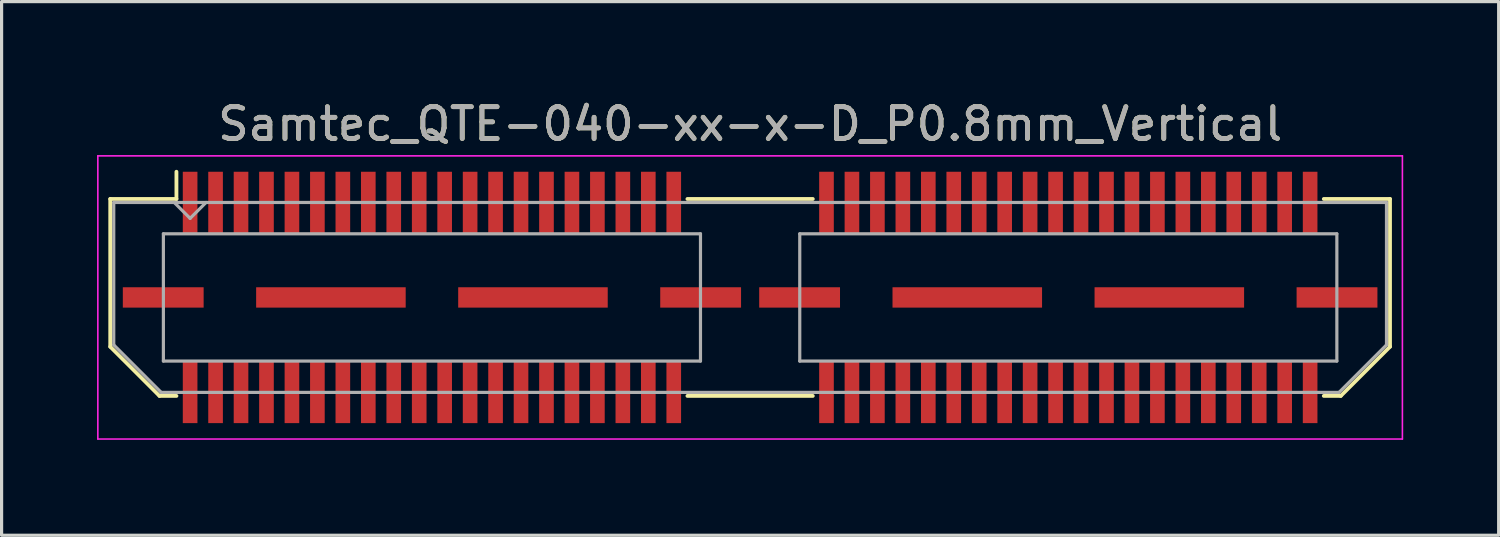
<source format=kicad_pcb>
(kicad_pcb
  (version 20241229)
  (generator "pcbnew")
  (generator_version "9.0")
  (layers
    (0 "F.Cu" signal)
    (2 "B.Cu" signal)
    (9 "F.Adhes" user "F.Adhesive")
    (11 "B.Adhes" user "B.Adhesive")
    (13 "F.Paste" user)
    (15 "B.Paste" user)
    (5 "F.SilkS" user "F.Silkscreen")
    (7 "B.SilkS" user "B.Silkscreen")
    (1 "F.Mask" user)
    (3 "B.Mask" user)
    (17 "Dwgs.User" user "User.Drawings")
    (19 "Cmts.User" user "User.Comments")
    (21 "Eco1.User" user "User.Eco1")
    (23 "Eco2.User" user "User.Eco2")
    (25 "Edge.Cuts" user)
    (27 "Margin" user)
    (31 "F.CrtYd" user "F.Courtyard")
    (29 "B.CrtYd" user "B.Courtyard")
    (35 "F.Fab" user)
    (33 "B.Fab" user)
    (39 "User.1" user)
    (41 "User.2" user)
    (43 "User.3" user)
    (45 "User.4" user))
  (footprint "Samtec_QTE-040-xx-x-D_P0.8mm_Vertical"
    (layer "F.Cu")
    (at 20.525 6.298)
    (property "Reference" "Samtec_QTE-040-xx-x-D_P0.8mm_Vertical" (at 0 -5.45 0) (layer "F.SilkS") (effects (font (size 1 1) (thickness 0.15))))
    (attr smd)
    (fp_line (start -20.11 -3.095) (end -20.11 1.548) (stroke (width 0.12) (type solid)) (layer "F.SilkS"))
    (fp_line (start -20.11 1.548) (end -18.562 3.095) (stroke (width 0.12) (type solid)) (layer "F.SilkS"))
    (fp_line (start -18.562 3.095) (end -18.03 3.095) (stroke (width 0.12) (type solid)) (layer "F.SilkS"))
    (fp_line (start -18.03 -3.95) (end -18.03 -3.095) (stroke (width 0.12) (type solid)) (layer "F.SilkS"))
    (fp_line (start -18.03 -3.095) (end -20.11 -3.095) (stroke (width 0.12) (type solid)) (layer "F.SilkS"))
    (fp_line (start -1.97 -3.095) (end 1.97 -3.095) (stroke (width 0.12) (type solid)) (layer "F.SilkS"))
    (fp_line (start -1.97 3.095) (end 1.97 3.095) (stroke (width 0.12) (type solid)) (layer "F.SilkS"))
    (fp_line (start 18.03 -3.095) (end 20.11 -3.095) (stroke (width 0.12) (type solid)) (layer "F.SilkS"))
    (fp_line (start 18.562 3.095) (end 18.03 3.095) (stroke (width 0.12) (type solid)) (layer "F.SilkS"))
    (fp_line (start 20.11 -3.095) (end 20.11 1.548) (stroke (width 0.12) (type solid)) (layer "F.SilkS"))
    (fp_line (start 20.11 1.548) (end 18.562 3.095) (stroke (width 0.12) (type solid)) (layer "F.SilkS"))
    (fp_line (start -20.5 -4.45) (end -20.5 4.45) (stroke (width 0.05) (type solid)) (layer "F.CrtYd"))
    (fp_line (start -20.5 4.45) (end 20.5 4.45) (stroke (width 0.05) (type solid)) (layer "F.CrtYd"))
    (fp_line (start 20.5 -4.45) (end -20.5 -4.45) (stroke (width 0.05) (type solid)) (layer "F.CrtYd"))
    (fp_line (start 20.5 4.45) (end 20.5 -4.45) (stroke (width 0.05) (type solid)) (layer "F.CrtYd"))
    (fp_line (start -20 -2.985) (end -20 1.492) (stroke (width 0.1) (type solid)) (layer "F.Fab"))
    (fp_line (start -20 -2.985) (end 20 -2.985) (stroke (width 0.1) (type solid)) (layer "F.Fab"))
    (fp_line (start -20 1.492) (end -18.508 2.985) (stroke (width 0.1) (type solid)) (layer "F.Fab"))
    (fp_line (start -18.508 2.985) (end 18.508 2.985) (stroke (width 0.1) (type solid)) (layer "F.Fab"))
    (fp_line (start -18.44 -2) (end -18.44 2) (stroke (width 0.1) (type solid)) (layer "F.Fab"))
    (fp_line (start -18.44 2) (end -1.56 2) (stroke (width 0.1) (type solid)) (layer "F.Fab"))
    (fp_line (start -17.6 -2.485) (end -18.1 -2.985) (stroke (width 0.1) (type solid)) (layer "F.Fab"))
    (fp_line (start -17.1 -2.985) (end -17.6 -2.485) (stroke (width 0.1) (type solid)) (layer "F.Fab"))
    (fp_line (start -1.56 -2) (end -18.44 -2) (stroke (width 0.1) (type solid)) (layer "F.Fab"))
    (fp_line (start -1.56 2) (end -1.56 -2) (stroke (width 0.1) (type solid)) (layer "F.Fab"))
    (fp_line (start 1.56 -2) (end 1.56 2) (stroke (width 0.1) (type solid)) (layer "F.Fab"))
    (fp_line (start 1.56 2) (end 18.44 2) (stroke (width 0.1) (type solid)) (layer "F.Fab"))
    (fp_line (start 18.44 -2) (end 1.56 -2) (stroke (width 0.1) (type solid)) (layer "F.Fab"))
    (fp_line (start 18.44 2) (end 18.44 -2) (stroke (width 0.1) (type solid)) (layer "F.Fab"))
    (fp_line (start 20 -2.985) (end 20 1.492) (stroke (width 0.1) (type solid)) (layer "F.Fab"))
    (fp_line (start 20 1.492) (end 18.508 2.985) (stroke (width 0.1) (type solid)) (layer "F.Fab"))
    (fp_text user "${REFERENCE}" (at 0 -5.45 0) (layer "F.Fab") (effects (font (size 1 1) (thickness 0.15))))
    (pad "1" smd rect (at -17.6 -2.98) (size 0.46 1.94) (layers "F.Cu" "F.Mask" "F.Paste"))
    (pad "2" smd rect (at -17.6 2.98) (size 0.46 1.94) (layers "F.Cu" "F.Mask" "F.Paste"))
    (pad "3" smd rect (at -16.8 -2.98) (size 0.46 1.94) (layers "F.Cu" "F.Mask" "F.Paste"))
    (pad "4" smd rect (at -16.8 2.98) (size 0.46 1.94) (layers "F.Cu" "F.Mask" "F.Paste"))
    (pad "5" smd rect (at -16 -2.98) (size 0.46 1.94) (layers "F.Cu" "F.Mask" "F.Paste"))
    (pad "6" smd rect (at -16 2.98) (size 0.46 1.94) (layers "F.Cu" "F.Mask" "F.Paste"))
    (pad "7" smd rect (at -15.2 -2.98) (size 0.46 1.94) (layers "F.Cu" "F.Mask" "F.Paste"))
    (pad "8" smd rect (at -15.2 2.98) (size 0.46 1.94) (layers "F.Cu" "F.Mask" "F.Paste"))
    (pad "9" smd rect (at -14.4 -2.98) (size 0.46 1.94) (layers "F.Cu" "F.Mask" "F.Paste"))
    (pad "10" smd rect (at -14.4 2.98) (size 0.46 1.94) (layers "F.Cu" "F.Mask" "F.Paste"))
    (pad "11" smd rect (at -13.6 -2.98) (size 0.46 1.94) (layers "F.Cu" "F.Mask" "F.Paste"))
    (pad "12" smd rect (at -13.6 2.98) (size 0.46 1.94) (layers "F.Cu" "F.Mask" "F.Paste"))
    (pad "13" smd rect (at -12.8 -2.98) (size 0.46 1.94) (layers "F.Cu" "F.Mask" "F.Paste"))
    (pad "14" smd rect (at -12.8 2.98) (size 0.46 1.94) (layers "F.Cu" "F.Mask" "F.Paste"))
    (pad "15" smd rect (at -12 -2.98) (size 0.46 1.94) (layers "F.Cu" "F.Mask" "F.Paste"))
    (pad "16" smd rect (at -12 2.98) (size 0.46 1.94) (layers "F.Cu" "F.Mask" "F.Paste"))
    (pad "17" smd rect (at -11.2 -2.98) (size 0.46 1.94) (layers "F.Cu" "F.Mask" "F.Paste"))
    (pad "18" smd rect (at -11.2 2.98) (size 0.46 1.94) (layers "F.Cu" "F.Mask" "F.Paste"))
    (pad "19" smd rect (at -10.4 -2.98) (size 0.46 1.94) (layers "F.Cu" "F.Mask" "F.Paste"))
    (pad "20" smd rect (at -10.4 2.98) (size 0.46 1.94) (layers "F.Cu" "F.Mask" "F.Paste"))
    (pad "21" smd rect (at -9.6 -2.98) (size 0.46 1.94) (layers "F.Cu" "F.Mask" "F.Paste"))
    (pad "22" smd rect (at -9.6 2.98) (size 0.46 1.94) (layers "F.Cu" "F.Mask" "F.Paste"))
    (pad "23" smd rect (at -8.8 -2.98) (size 0.46 1.94) (layers "F.Cu" "F.Mask" "F.Paste"))
    (pad "24" smd rect (at -8.8 2.98) (size 0.46 1.94) (layers "F.Cu" "F.Mask" "F.Paste"))
    (pad "25" smd rect (at -8 -2.98) (size 0.46 1.94) (layers "F.Cu" "F.Mask" "F.Paste"))
    (pad "26" smd rect (at -8 2.98) (size 0.46 1.94) (layers "F.Cu" "F.Mask" "F.Paste"))
    (pad "27" smd rect (at -7.2 -2.98) (size 0.46 1.94) (layers "F.Cu" "F.Mask" "F.Paste"))
    (pad "28" smd rect (at -7.2 2.98) (size 0.46 1.94) (layers "F.Cu" "F.Mask" "F.Paste"))
    (pad "29" smd rect (at -6.4 -2.98) (size 0.46 1.94) (layers "F.Cu" "F.Mask" "F.Paste"))
    (pad "30" smd rect (at -6.4 2.98) (size 0.46 1.94) (layers "F.Cu" "F.Mask" "F.Paste"))
    (pad "31" smd rect (at -5.6 -2.98) (size 0.46 1.94) (layers "F.Cu" "F.Mask" "F.Paste"))
    (pad "32" smd rect (at -5.6 2.98) (size 0.46 1.94) (layers "F.Cu" "F.Mask" "F.Paste"))
    (pad "33" smd rect (at -4.8 -2.98) (size 0.46 1.94) (layers "F.Cu" "F.Mask" "F.Paste"))
    (pad "34" smd rect (at -4.8 2.98) (size 0.46 1.94) (layers "F.Cu" "F.Mask" "F.Paste"))
    (pad "35" smd rect (at -4 -2.98) (size 0.46 1.94) (layers "F.Cu" "F.Mask" "F.Paste"))
    (pad "36" smd rect (at -4 2.98) (size 0.46 1.94) (layers "F.Cu" "F.Mask" "F.Paste"))
    (pad "37" smd rect (at -3.2 -2.98) (size 0.46 1.94) (layers "F.Cu" "F.Mask" "F.Paste"))
    (pad "38" smd rect (at -3.2 2.98) (size 0.46 1.94) (layers "F.Cu" "F.Mask" "F.Paste"))
    (pad "39" smd rect (at -2.4 -2.98) (size 0.46 1.94) (layers "F.Cu" "F.Mask" "F.Paste"))
    (pad "40" smd rect (at -2.4 2.98) (size 0.46 1.94) (layers "F.Cu" "F.Mask" "F.Paste"))
    (pad "41" smd rect (at 2.4 -2.98) (size 0.46 1.94) (layers "F.Cu" "F.Mask" "F.Paste"))
    (pad "42" smd rect (at 2.4 2.98) (size 0.46 1.94) (layers "F.Cu" "F.Mask" "F.Paste"))
    (pad "43" smd rect (at 3.2 -2.98) (size 0.46 1.94) (layers "F.Cu" "F.Mask" "F.Paste"))
    (pad "44" smd rect (at 3.2 2.98) (size 0.46 1.94) (layers "F.Cu" "F.Mask" "F.Paste"))
    (pad "45" smd rect (at 4 -2.98) (size 0.46 1.94) (layers "F.Cu" "F.Mask" "F.Paste"))
    (pad "46" smd rect (at 4 2.98) (size 0.46 1.94) (layers "F.Cu" "F.Mask" "F.Paste"))
    (pad "47" smd rect (at 4.8 -2.98) (size 0.46 1.94) (layers "F.Cu" "F.Mask" "F.Paste"))
    (pad "48" smd rect (at 4.8 2.98) (size 0.46 1.94) (layers "F.Cu" "F.Mask" "F.Paste"))
    (pad "49" smd rect (at 5.6 -2.98) (size 0.46 1.94) (layers "F.Cu" "F.Mask" "F.Paste"))
    (pad "50" smd rect (at 5.6 2.98) (size 0.46 1.94) (layers "F.Cu" "F.Mask" "F.Paste"))
    (pad "51" smd rect (at 6.4 -2.98) (size 0.46 1.94) (layers "F.Cu" "F.Mask" "F.Paste"))
    (pad "52" smd rect (at 6.4 2.98) (size 0.46 1.94) (layers "F.Cu" "F.Mask" "F.Paste"))
    (pad "53" smd rect (at 7.2 -2.98) (size 0.46 1.94) (layers "F.Cu" "F.Mask" "F.Paste"))
    (pad "54" smd rect (at 7.2 2.98) (size 0.46 1.94) (layers "F.Cu" "F.Mask" "F.Paste"))
    (pad "55" smd rect (at 8 -2.98) (size 0.46 1.94) (layers "F.Cu" "F.Mask" "F.Paste"))
    (pad "56" smd rect (at 8 2.98) (size 0.46 1.94) (layers "F.Cu" "F.Mask" "F.Paste"))
    (pad "57" smd rect (at 8.8 -2.98) (size 0.46 1.94) (layers "F.Cu" "F.Mask" "F.Paste"))
    (pad "58" smd rect (at 8.8 2.98) (size 0.46 1.94) (layers "F.Cu" "F.Mask" "F.Paste"))
    (pad "59" smd rect (at 9.6 -2.98) (size 0.46 1.94) (layers "F.Cu" "F.Mask" "F.Paste"))
    (pad "60" smd rect (at 9.6 2.98) (size 0.46 1.94) (layers "F.Cu" "F.Mask" "F.Paste"))
    (pad "61" smd rect (at 10.4 -2.98) (size 0.46 1.94) (layers "F.Cu" "F.Mask" "F.Paste"))
    (pad "62" smd rect (at 10.4 2.98) (size 0.46 1.94) (layers "F.Cu" "F.Mask" "F.Paste"))
    (pad "63" smd rect (at 11.2 -2.98) (size 0.46 1.94) (layers "F.Cu" "F.Mask" "F.Paste"))
    (pad "64" smd rect (at 11.2 2.98) (size 0.46 1.94) (layers "F.Cu" "F.Mask" "F.Paste"))
    (pad "65" smd rect (at 12 -2.98) (size 0.46 1.94) (layers "F.Cu" "F.Mask" "F.Paste"))
    (pad "66" smd rect (at 12 2.98) (size 0.46 1.94) (layers "F.Cu" "F.Mask" "F.Paste"))
    (pad "67" smd rect (at 12.8 -2.98) (size 0.46 1.94) (layers "F.Cu" "F.Mask" "F.Paste"))
    (pad "68" smd rect (at 12.8 2.98) (size 0.46 1.94) (layers "F.Cu" "F.Mask" "F.Paste"))
    (pad "69" smd rect (at 13.6 -2.98) (size 0.46 1.94) (layers "F.Cu" "F.Mask" "F.Paste"))
    (pad "70" smd rect (at 13.6 2.98) (size 0.46 1.94) (layers "F.Cu" "F.Mask" "F.Paste"))
    (pad "71" smd rect (at 14.4 -2.98) (size 0.46 1.94) (layers "F.Cu" "F.Mask" "F.Paste"))
    (pad "72" smd rect (at 14.4 2.98) (size 0.46 1.94) (layers "F.Cu" "F.Mask" "F.Paste"))
    (pad "73" smd rect (at 15.2 -2.98) (size 0.46 1.94) (layers "F.Cu" "F.Mask" "F.Paste"))
    (pad "74" smd rect (at 15.2 2.98) (size 0.46 1.94) (layers "F.Cu" "F.Mask" "F.Paste"))
    (pad "75" smd rect (at 16 -2.98) (size 0.46 1.94) (layers "F.Cu" "F.Mask" "F.Paste"))
    (pad "76" smd rect (at 16 2.98) (size 0.46 1.94) (layers "F.Cu" "F.Mask" "F.Paste"))
    (pad "77" smd rect (at 16.8 -2.98) (size 0.46 1.94) (layers "F.Cu" "F.Mask" "F.Paste"))
    (pad "78" smd rect (at 16.8 2.98) (size 0.46 1.94) (layers "F.Cu" "F.Mask" "F.Paste"))
    (pad "79" smd rect (at 17.6 -2.98) (size 0.46 1.94) (layers "F.Cu" "F.Mask" "F.Paste"))
    (pad "80" smd rect (at 17.6 2.98) (size 0.46 1.94) (layers "F.Cu" "F.Mask" "F.Paste"))
    (pad "P1" smd rect (at -18.445 0) (size 2.54 0.64) (layers "F.Cu" "F.Mask" "F.Paste"))
    (pad "P1" smd rect (at -13.175 0) (size 4.7 0.64) (layers "F.Cu" "F.Mask" "F.Paste"))
    (pad "P1" smd rect (at -6.825 0) (size 4.7 0.64) (layers "F.Cu" "F.Mask" "F.Paste"))
    (pad "P1" smd rect (at -1.555 0) (size 2.54 0.64) (layers "F.Cu" "F.Mask" "F.Paste"))
    (pad "P2" smd rect (at 1.555 0) (size 2.54 0.64) (layers "F.Cu" "F.Mask" "F.Paste"))
    (pad "P2" smd rect (at 6.825 0) (size 4.7 0.64) (layers "F.Cu" "F.Mask" "F.Paste"))
    (pad "P2" smd rect (at 13.175 0) (size 4.7 0.64) (layers "F.Cu" "F.Mask" "F.Paste"))
    (pad "P2" smd rect (at 18.445 0) (size 2.54 0.64) (layers "F.Cu" "F.Mask" "F.Paste")))
  (gr_rect
    (start -3 -3)
    (end 44.05 13.773)
    (stroke (width 0.1) (type default))
    (fill no)
    (layer "Edge.Cuts")))
</source>
